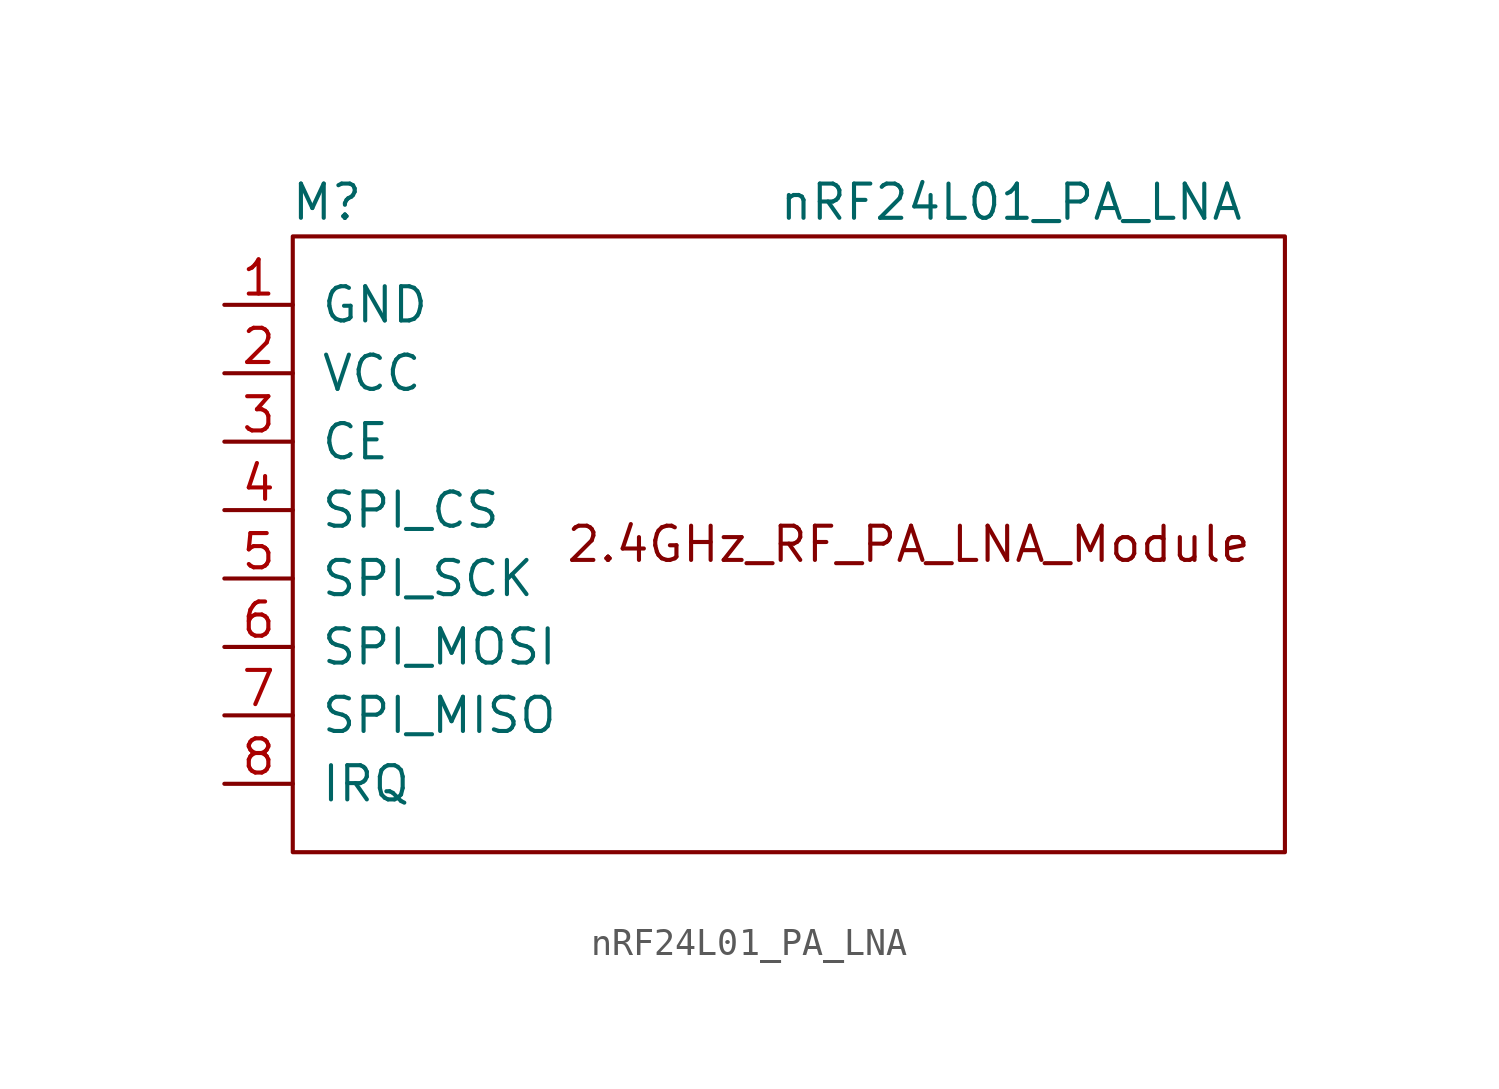
<source format=kicad_sym>
(kicad_symbol_lib
  (version 20211014)
  (generator kicad_symbol_editor)
  (symbol "nRF24L01_PA_LNA"
    (pin_names
      (offset 1.016))
    (property "Reference" "M"
      (at 3.81 3.81 0)
      (effects (font (size 1.27 1.27))))
    (property "Value" "nRF24L01_PA_LNA"
      (at 29.21 3.81 0)
      (effects (font (size 1.27 1.27))))
    (symbol "nRF24L01_PA_LNA_0_0"
      (text "2.4GHz_RF_PA_LNA_Module" (at 25.4 -8.89 0) (effects (font (size 1.27 1.27)))))
    (symbol "nRF24L01_PA_LNA_0_1"
      (rectangle (start 2.54 2.54) (end 39.37 -20.32) (stroke (width 0) (type default) (color 0 0 0 0)) (fill (type none))))
    (symbol "nRF24L01_PA_LNA_1_1"
      (pin passive line (at 0 0 0) (length 2.54) (name "GND" (effects (font (size 1.27 1.27)))) (number "1" (effects (font (size 1.27 1.27)))))
      (pin power_in line (at 0 -2.54 0) (length 2.54) (name "VCC" (effects (font (size 1.27 1.27)))) (number "2" (effects (font (size 1.27 1.27)))))
      (pin input line (at 0 -5.08 0) (length 2.54) (name "CE" (effects (font (size 1.27 1.27)))) (number "3" (effects (font (size 1.27 1.27)))))
      (pin input line (at 0 -7.62 0) (length 2.54) (name "SPI_CS" (effects (font (size 1.27 1.27)))) (number "4" (effects (font (size 1.27 1.27)))))
      (pin input line (at 0 -10.16 0) (length 2.54) (name "SPI_SCK" (effects (font (size 1.27 1.27)))) (number "5" (effects (font (size 1.27 1.27)))))
      (pin input line (at 0 -12.7 0) (length 2.54) (name "SPI_MOSI" (effects (font (size 1.27 1.27)))) (number "6" (effects (font (size 1.27 1.27)))))
      (pin output line (at 0 -15.24 0) (length 2.54) (name "SPI_MISO" (effects (font (size 1.27 1.27)))) (number "7" (effects (font (size 1.27 1.27)))))
      (pin output line (at 0 -17.78 0) (length 2.54) (name "IRQ" (effects (font (size 1.27 1.27)))) (number "8" (effects (font (size 1.27 1.27))))))))
</source>
